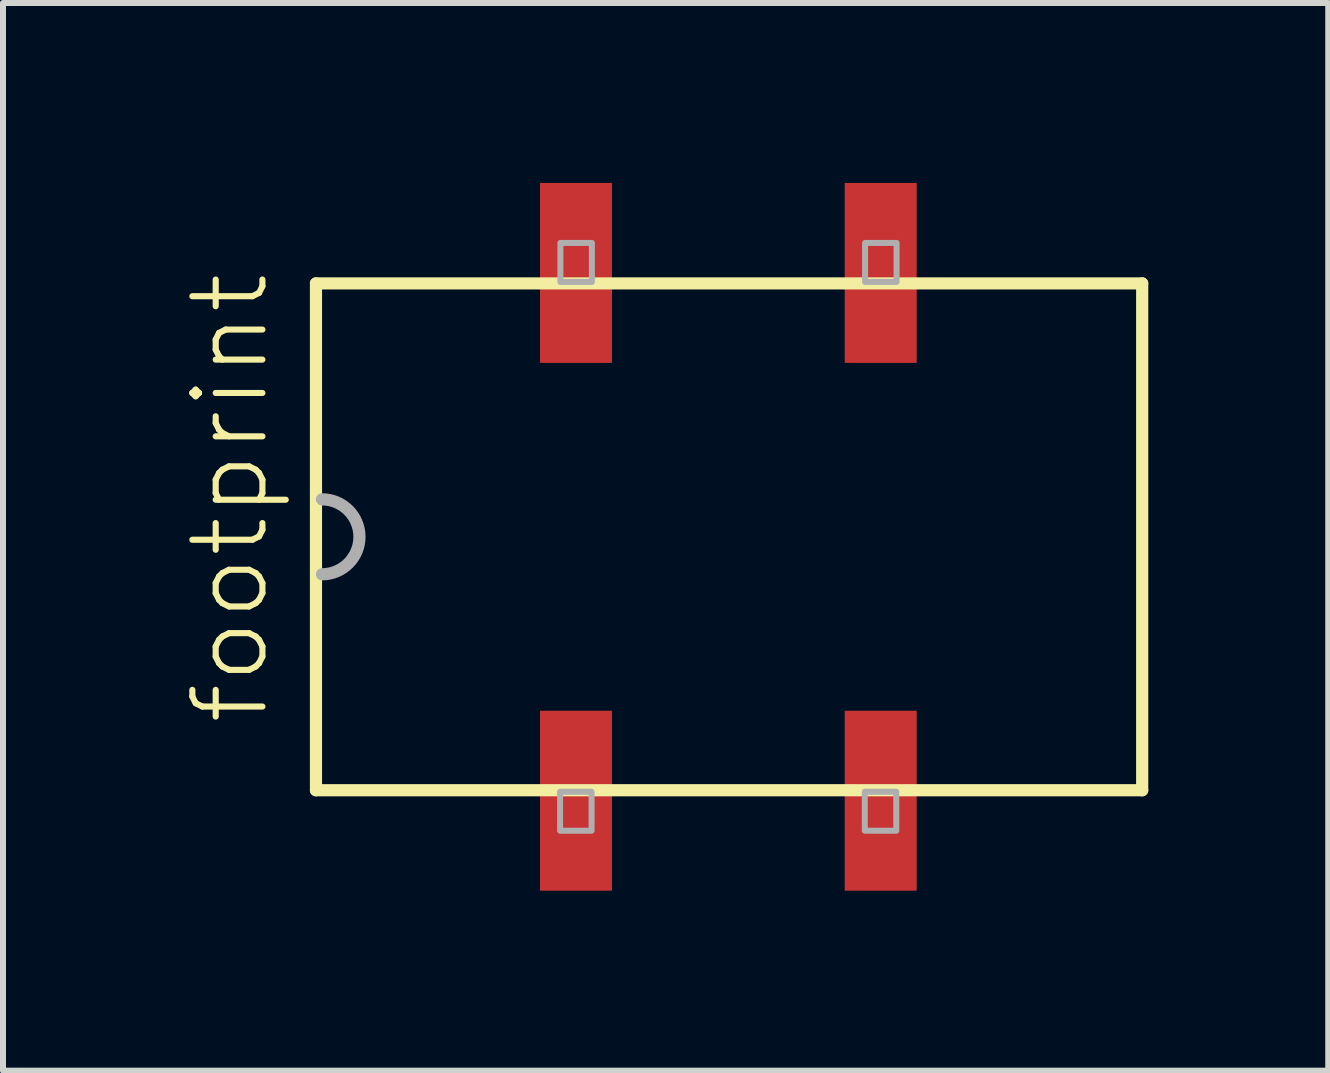
<source format=kicad_pcb>
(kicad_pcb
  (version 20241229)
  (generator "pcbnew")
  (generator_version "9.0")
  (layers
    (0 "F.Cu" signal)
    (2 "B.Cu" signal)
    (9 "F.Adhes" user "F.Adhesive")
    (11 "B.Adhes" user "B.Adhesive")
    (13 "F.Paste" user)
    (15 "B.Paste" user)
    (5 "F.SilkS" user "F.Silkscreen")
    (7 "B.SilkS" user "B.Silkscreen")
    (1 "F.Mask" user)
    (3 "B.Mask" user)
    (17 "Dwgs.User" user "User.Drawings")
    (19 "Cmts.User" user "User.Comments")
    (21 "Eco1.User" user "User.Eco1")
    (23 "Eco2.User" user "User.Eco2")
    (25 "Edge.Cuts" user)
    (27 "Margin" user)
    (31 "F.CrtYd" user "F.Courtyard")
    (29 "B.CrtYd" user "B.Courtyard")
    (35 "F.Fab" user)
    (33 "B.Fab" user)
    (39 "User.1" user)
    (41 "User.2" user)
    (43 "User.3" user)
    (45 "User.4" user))
  (footprint "footprint"
    (layer "F.Cu")
    (at 9.093 5.9)
    (property "Reference" "footprint" (at -7.62 3.175 90) (layer "F.SilkS") (effects (font (size 1.168 1.168) (thickness 0.102)) (justify left bottom)))
    (fp_line (start -6.875 -4.225) (end 6.9 -4.225) (stroke (width 0.203) (type solid)) (layer "F.SilkS"))
    (fp_line (start -6.875 4.225) (end -6.875 -4.225) (stroke (width 0.203) (type solid)) (layer "F.SilkS"))
    (fp_line (start 6.9 -4.225) (end 6.9 4.225) (stroke (width 0.203) (type solid)) (layer "F.SilkS"))
    (fp_line (start 6.9 4.225) (end -6.875 4.225) (stroke (width 0.203) (type solid)) (layer "F.SilkS"))
    (fp_arc (start -6.775 -0.625) (mid -6.15 0) (end -6.775 0.625) (stroke (width 0.2032) (type solid)) (layer "F.Fab"))
    (fp_poly (pts (xy -2.8 -4.25) (xy -2.275 -4.25) (xy -2.275 -4.9) (xy -2.8 -4.9)) (stroke (width 0.1) (type solid)) (fill no) (layer "F.Fab"))
    (fp_poly (pts (xy -2.28 4.25) (xy -2.805 4.25) (xy -2.805 4.9) (xy -2.28 4.9)) (stroke (width 0.1) (type solid)) (fill no) (layer "F.Fab"))
    (fp_poly (pts (xy 2.28 -4.25) (xy 2.805 -4.25) (xy 2.805 -4.9) (xy 2.28 -4.9)) (stroke (width 0.1) (type solid)) (fill no) (layer "F.Fab"))
    (fp_poly (pts (xy 2.8 4.25) (xy 2.275 4.25) (xy 2.275 4.9) (xy 2.8 4.9)) (stroke (width 0.1) (type solid)) (fill no) (layer "F.Fab"))
    (pad "1" smd rect (at -2.54 4.4 90) (size 3 1.2) (layers "F.Cu" "F.Mask" "F.Paste"))
    (pad "2" smd rect (at 2.54 4.4 270) (size 3 1.2) (layers "F.Cu" "F.Mask" "F.Paste"))
    (pad "3" smd rect (at 2.54 -4.4 270) (size 3 1.2) (layers "F.Cu" "F.Mask" "F.Paste"))
    (pad "4" smd rect (at -2.54 -4.4 90) (size 3 1.2) (layers "F.Cu" "F.Mask" "F.Paste")))
  (gr_rect
    (start -3 -3)
    (end 19.095 14.8)
    (stroke (width 0.1) (type default))
    (fill no)
    (layer "Edge.Cuts")))
</source>
